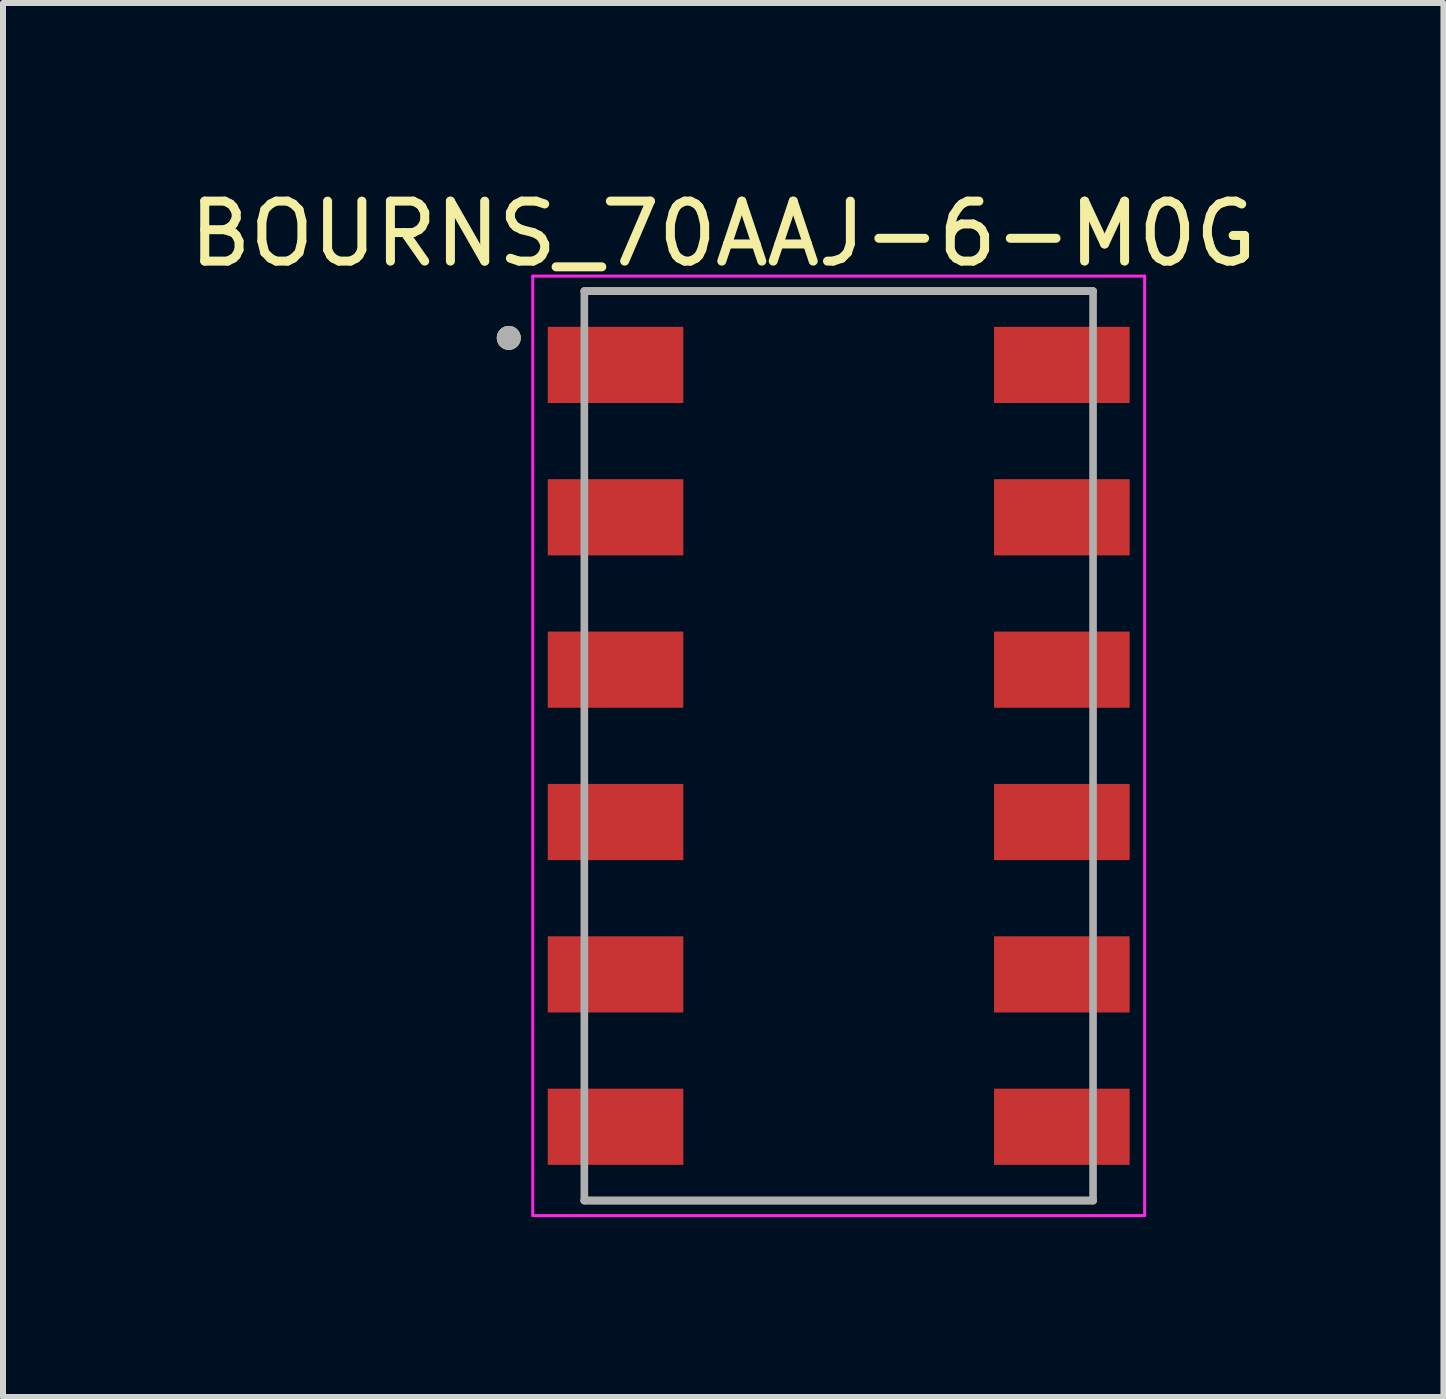
<source format=kicad_pcb>
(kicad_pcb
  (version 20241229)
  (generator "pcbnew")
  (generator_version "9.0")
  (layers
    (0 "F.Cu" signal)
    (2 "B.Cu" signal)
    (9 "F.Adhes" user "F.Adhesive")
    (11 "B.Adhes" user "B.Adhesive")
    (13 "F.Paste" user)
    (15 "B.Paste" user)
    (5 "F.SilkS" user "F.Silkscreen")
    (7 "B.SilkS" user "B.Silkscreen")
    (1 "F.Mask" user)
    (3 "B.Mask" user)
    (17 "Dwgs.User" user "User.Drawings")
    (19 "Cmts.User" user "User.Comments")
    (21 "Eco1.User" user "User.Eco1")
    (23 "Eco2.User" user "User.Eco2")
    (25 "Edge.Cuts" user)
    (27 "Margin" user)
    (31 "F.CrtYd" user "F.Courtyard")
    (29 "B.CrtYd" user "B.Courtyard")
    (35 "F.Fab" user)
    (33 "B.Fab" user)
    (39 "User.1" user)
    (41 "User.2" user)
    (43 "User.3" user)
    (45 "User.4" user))
  (footprint "BOURNS_70AAJ-6-M0G"
    (layer "F.Cu")
    (at 10.931 9.383)
    (property "Reference" "BOURNS_70AAJ-6-M0G" (at -1.925 -8.535 0) (layer "F.SilkS") (effects (font (size 1 1) (thickness 0.15))))
    (attr smd)
    (fp_line (start 4.24 -7.58) (end -4.24 -7.58) (stroke (width 0.127) (type solid)) (layer "F.SilkS"))
    (fp_line (start 4.24 7.58) (end -4.24 7.58) (stroke (width 0.127) (type solid)) (layer "F.SilkS"))
    (fp_circle (center -5.5 -6.8) (end -5.4 -6.8) (stroke (width 0.2) (type solid)) (fill no) (layer "F.SilkS"))
    (fp_line (start -5.1 -7.83) (end 5.1 -7.83) (stroke (width 0.05) (type solid)) (layer "F.CrtYd"))
    (fp_line (start -5.1 7.83) (end -5.1 -7.83) (stroke (width 0.05) (type solid)) (layer "F.CrtYd"))
    (fp_line (start 5.1 -7.83) (end 5.1 7.83) (stroke (width 0.05) (type solid)) (layer "F.CrtYd"))
    (fp_line (start 5.1 7.83) (end -5.1 7.83) (stroke (width 0.05) (type solid)) (layer "F.CrtYd"))
    (fp_line (start -4.24 -7.58) (end 4.24 -7.58) (stroke (width 0.127) (type solid)) (layer "F.Fab"))
    (fp_line (start -4.24 7.58) (end -4.24 -7.58) (stroke (width 0.127) (type solid)) (layer "F.Fab"))
    (fp_line (start 4.24 -7.58) (end 4.24 7.58) (stroke (width 0.127) (type solid)) (layer "F.Fab"))
    (fp_line (start 4.24 7.58) (end -4.24 7.58) (stroke (width 0.127) (type solid)) (layer "F.Fab"))
    (fp_circle (center -5.5 -6.8) (end -5.4 -6.8) (stroke (width 0.2) (type solid)) (fill no) (layer "F.Fab"))
    (pad "1" smd rect (at -3.72 -6.35) (size 2.26 1.27) (layers "F.Cu" "F.Mask" "F.Paste"))
    (pad "2" smd rect (at -3.72 -3.81) (size 2.26 1.27) (layers "F.Cu" "F.Mask" "F.Paste"))
    (pad "3" smd rect (at -3.72 -1.27) (size 2.26 1.27) (layers "F.Cu" "F.Mask" "F.Paste"))
    (pad "4" smd rect (at -3.72 1.27) (size 2.26 1.27) (layers "F.Cu" "F.Mask" "F.Paste"))
    (pad "5" smd rect (at -3.72 3.81) (size 2.26 1.27) (layers "F.Cu" "F.Mask" "F.Paste"))
    (pad "6" smd rect (at -3.72 6.35) (size 2.26 1.27) (layers "F.Cu" "F.Mask" "F.Paste"))
    (pad "7" smd rect (at 3.72 6.35) (size 2.26 1.27) (layers "F.Cu" "F.Mask" "F.Paste"))
    (pad "8" smd rect (at 3.72 3.81) (size 2.26 1.27) (layers "F.Cu" "F.Mask" "F.Paste"))
    (pad "9" smd rect (at 3.72 1.27) (size 2.26 1.27) (layers "F.Cu" "F.Mask" "F.Paste"))
    (pad "10" smd rect (at 3.72 -1.27) (size 2.26 1.27) (layers "F.Cu" "F.Mask" "F.Paste"))
    (pad "11" smd rect (at 3.72 -3.81) (size 2.26 1.27) (layers "F.Cu" "F.Mask" "F.Paste"))
    (pad "12" smd rect (at 3.72 -6.35) (size 2.26 1.27) (layers "F.Cu" "F.Mask" "F.Paste")))
  (gr_rect
    (start -3 -3)
    (end 21.012 20.238)
    (stroke (width 0.1) (type default))
    (fill no)
    (layer "Edge.Cuts")))
</source>
